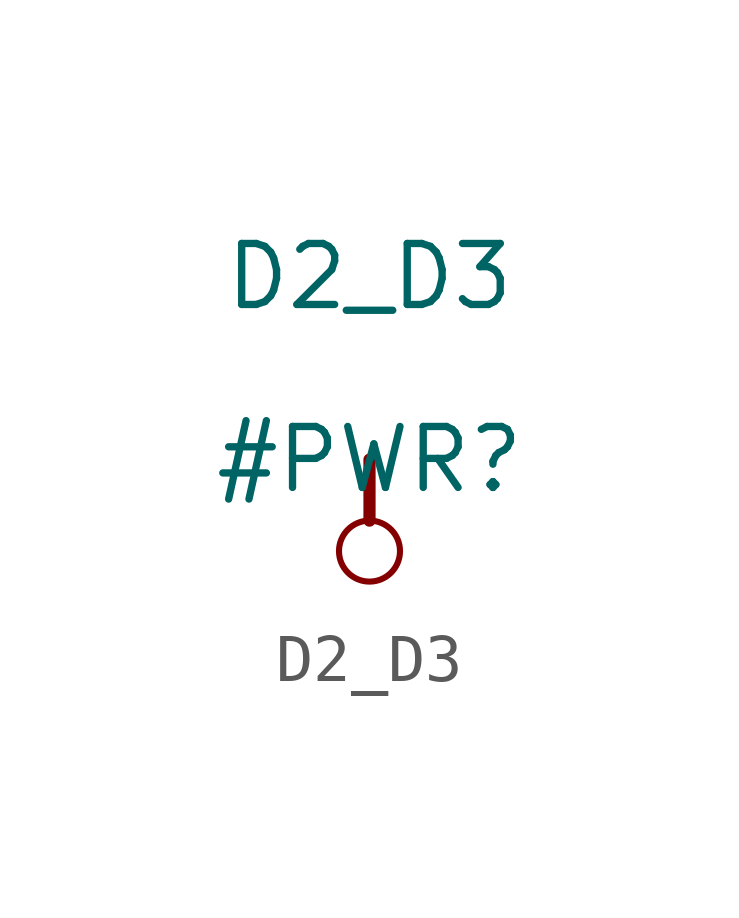
<source format=kicad_sym>
(kicad_symbol_lib
  (version 20211014)
  (generator kicad_symbol_editor)
  (symbol "D2_D3"
    (power)
    (property "Reference" "#PWR"
      (at 0 0 0)
      (effects (font (size 1.27 1.27))))
    (property "Value" "D2_D3"
      (at 0 3.81 0)
      (effects (font (size 1.27 1.27))))
    (symbol "D2_D3_0_0"
      (circle (center 0 -1.905) (radius 0.635) (stroke (width 0.127) (type default) (color 0 0 0 0)) (fill (type none)))
      (polyline (pts (xy 0 0) (xy 0 -1.27)) (stroke (width 0.254) (type default) (color 0 0 0 0)) (fill (type none)))
      (pin power_in line (at 0 0 0) (length 0) hide (name "D2_D3" (effects (font (size 1.27 1.27)))) (number "" (effects (font (size 1.27 1.27))))))))
</source>
